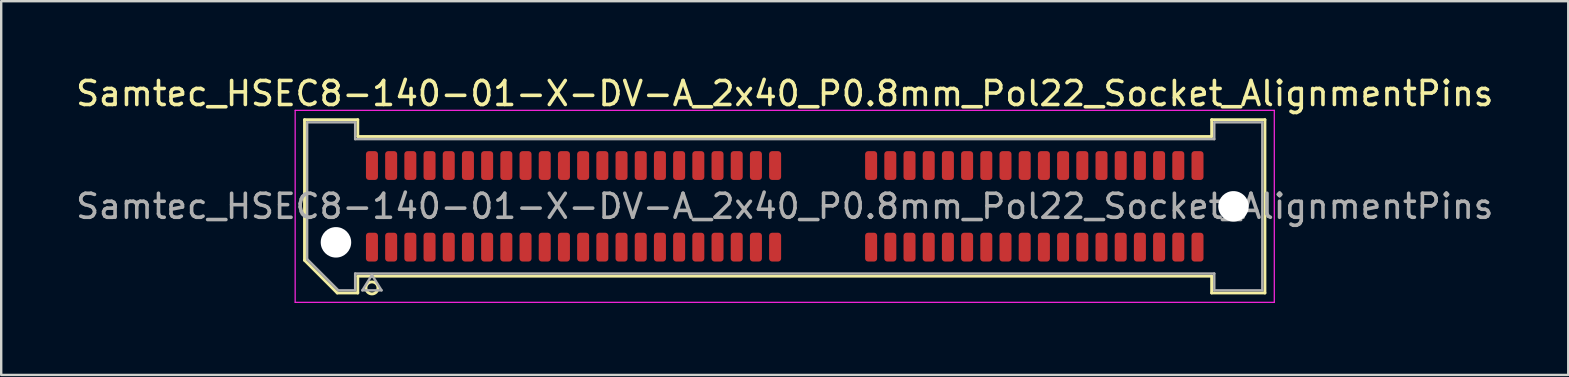
<source format=kicad_pcb>
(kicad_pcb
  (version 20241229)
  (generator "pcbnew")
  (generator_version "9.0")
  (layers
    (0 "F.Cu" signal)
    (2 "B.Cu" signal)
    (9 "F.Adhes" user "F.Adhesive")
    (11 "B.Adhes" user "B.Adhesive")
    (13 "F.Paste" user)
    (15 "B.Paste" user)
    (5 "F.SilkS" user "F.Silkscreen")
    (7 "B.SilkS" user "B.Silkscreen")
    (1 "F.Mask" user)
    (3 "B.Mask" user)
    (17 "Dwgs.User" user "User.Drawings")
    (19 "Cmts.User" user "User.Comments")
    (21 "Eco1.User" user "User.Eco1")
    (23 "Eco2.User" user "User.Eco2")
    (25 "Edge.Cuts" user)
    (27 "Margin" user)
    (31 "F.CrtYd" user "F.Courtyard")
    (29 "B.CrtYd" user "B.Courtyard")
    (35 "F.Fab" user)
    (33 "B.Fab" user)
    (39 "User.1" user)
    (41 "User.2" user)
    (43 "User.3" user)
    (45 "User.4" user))
  (footprint "Samtec_HSEC8-140-01-X-DV-A_2x40_P0.8mm_Pol22_Socket_AlignmentPins"
    (layer "F.Cu")
    (at 29.649 5.548)
    (property "Reference" "Samtec_HSEC8-140-01-X-DV-A_2x40_P0.8mm_Pol22_Socket_AlignmentPins" (at 0 -4.7 0) (layer "F.SilkS") (effects (font (size 1 1) (thickness 0.15))))
    (attr smd)
    (fp_line (start -20.01 -3.61) (end -17.79 -3.61) (stroke (width 0.12) (type solid)) (layer "F.SilkS"))
    (fp_line (start -20.01 2.246) (end -20.01 -3.61) (stroke (width 0.12) (type solid)) (layer "F.SilkS"))
    (fp_line (start -18.646 3.61) (end -20.01 2.246) (stroke (width 0.12) (type solid)) (layer "F.SilkS"))
    (fp_line (start -17.79 -3.61) (end -17.79 -2.91) (stroke (width 0.12) (type solid)) (layer "F.SilkS"))
    (fp_line (start -17.79 -2.91) (end 17.79 -2.91) (stroke (width 0.12) (type solid)) (layer "F.SilkS"))
    (fp_line (start -17.79 2.91) (end -17.79 3.61) (stroke (width 0.12) (type solid)) (layer "F.SilkS"))
    (fp_line (start -17.79 3.61) (end -18.646 3.61) (stroke (width 0.12) (type solid)) (layer "F.SilkS"))
    (fp_line (start 17.79 -3.61) (end 20.01 -3.61) (stroke (width 0.12) (type solid)) (layer "F.SilkS"))
    (fp_line (start 17.79 -2.91) (end 17.79 -3.61) (stroke (width 0.12) (type solid)) (layer "F.SilkS"))
    (fp_line (start 17.79 2.91) (end -17.79 2.91) (stroke (width 0.12) (type solid)) (layer "F.SilkS"))
    (fp_line (start 17.79 3.61) (end 17.79 2.91) (stroke (width 0.12) (type solid)) (layer "F.SilkS"))
    (fp_line (start 20.01 -3.61) (end 20.01 3.61) (stroke (width 0.12) (type solid)) (layer "F.SilkS"))
    (fp_line (start 20.01 3.61) (end 17.79 3.61) (stroke (width 0.12) (type solid)) (layer "F.SilkS"))
    (fp_circle (center -17.2 3.4) (end -16.95 3.4) (stroke (width 0.12) (type solid)) (fill no) (layer "F.SilkS"))
    (fp_line (start -20.4 -4) (end -20.4 4) (stroke (width 0.05) (type solid)) (layer "F.CrtYd"))
    (fp_line (start -20.4 4) (end 20.4 4) (stroke (width 0.05) (type solid)) (layer "F.CrtYd"))
    (fp_line (start 20.4 -4) (end -20.4 -4) (stroke (width 0.05) (type solid)) (layer "F.CrtYd"))
    (fp_line (start 20.4 4) (end 20.4 -4) (stroke (width 0.05) (type solid)) (layer "F.CrtYd"))
    (fp_line (start -19.9 -3.5) (end -17.9 -3.5) (stroke (width 0.1) (type solid)) (layer "F.Fab"))
    (fp_line (start -19.9 2.2) (end -19.9 -3.5) (stroke (width 0.1) (type solid)) (layer "F.Fab"))
    (fp_line (start -18.6 3.5) (end -19.9 2.2) (stroke (width 0.1) (type solid)) (layer "F.Fab"))
    (fp_line (start -17.9 -3.5) (end -17.9 -2.8) (stroke (width 0.1) (type solid)) (layer "F.Fab"))
    (fp_line (start -17.9 -2.8) (end 17.9 -2.8) (stroke (width 0.1) (type solid)) (layer "F.Fab"))
    (fp_line (start -17.9 2.8) (end -17.9 3.5) (stroke (width 0.1) (type solid)) (layer "F.Fab"))
    (fp_line (start -17.9 3.5) (end -18.6 3.5) (stroke (width 0.1) (type solid)) (layer "F.Fab"))
    (fp_line (start -17.6 3.5) (end -17.2 2.86) (stroke (width 0.1) (type solid)) (layer "F.Fab"))
    (fp_line (start -17.2 2.86) (end -16.8 3.5) (stroke (width 0.1) (type solid)) (layer "F.Fab"))
    (fp_line (start -16.8 3.5) (end -17.6 3.5) (stroke (width 0.1) (type solid)) (layer "F.Fab"))
    (fp_line (start 17.9 -3.5) (end 19.9 -3.5) (stroke (width 0.1) (type solid)) (layer "F.Fab"))
    (fp_line (start 17.9 -2.8) (end 17.9 -3.5) (stroke (width 0.1) (type solid)) (layer "F.Fab"))
    (fp_line (start 17.9 2.8) (end -17.9 2.8) (stroke (width 0.1) (type solid)) (layer "F.Fab"))
    (fp_line (start 17.9 3.5) (end 17.9 2.8) (stroke (width 0.1) (type solid)) (layer "F.Fab"))
    (fp_line (start 19.9 -3.5) (end 19.9 3.5) (stroke (width 0.1) (type solid)) (layer "F.Fab"))
    (fp_line (start 19.9 3.5) (end 17.9 3.5) (stroke (width 0.1) (type solid)) (layer "F.Fab"))
    (fp_text user "${REFERENCE}" (at 0 0 0) (layer "F.Fab") (effects (font (size 1 1) (thickness 0.15))))
    (pad "" np_thru_hole circle (at -18.7 1.5) (size 1.27 1.27) (drill 1.27) (layers "*.Cu" "*.Mask"))
    (pad "" np_thru_hole circle (at 18.7 0) (size 1.27 1.27) (drill 1.27) (layers "*.Cu" "*.Mask"))
    (pad "1" smd roundrect (at -17.2 1.7) (size 0.5 1.2) (layers "F.Cu" "F.Mask" "F.Paste") (roundrect_rratio 0.25))
    (pad "2" smd roundrect (at -17.2 -1.7) (size 0.5 1.2) (layers "F.Cu" "F.Mask" "F.Paste") (roundrect_rratio 0.25))
    (pad "3" smd roundrect (at -16.4 1.7) (size 0.5 1.2) (layers "F.Cu" "F.Mask" "F.Paste") (roundrect_rratio 0.25))
    (pad "4" smd roundrect (at -16.4 -1.7) (size 0.5 1.2) (layers "F.Cu" "F.Mask" "F.Paste") (roundrect_rratio 0.25))
    (pad "5" smd roundrect (at -15.6 1.7) (size 0.5 1.2) (layers "F.Cu" "F.Mask" "F.Paste") (roundrect_rratio 0.25))
    (pad "6" smd roundrect (at -15.6 -1.7) (size 0.5 1.2) (layers "F.Cu" "F.Mask" "F.Paste") (roundrect_rratio 0.25))
    (pad "7" smd roundrect (at -14.8 1.7) (size 0.5 1.2) (layers "F.Cu" "F.Mask" "F.Paste") (roundrect_rratio 0.25))
    (pad "8" smd roundrect (at -14.8 -1.7) (size 0.5 1.2) (layers "F.Cu" "F.Mask" "F.Paste") (roundrect_rratio 0.25))
    (pad "9" smd roundrect (at -14 1.7) (size 0.5 1.2) (layers "F.Cu" "F.Mask" "F.Paste") (roundrect_rratio 0.25))
    (pad "10" smd roundrect (at -14 -1.7) (size 0.5 1.2) (layers "F.Cu" "F.Mask" "F.Paste") (roundrect_rratio 0.25))
    (pad "11" smd roundrect (at -13.2 1.7) (size 0.5 1.2) (layers "F.Cu" "F.Mask" "F.Paste") (roundrect_rratio 0.25))
    (pad "12" smd roundrect (at -13.2 -1.7) (size 0.5 1.2) (layers "F.Cu" "F.Mask" "F.Paste") (roundrect_rratio 0.25))
    (pad "13" smd roundrect (at -12.4 1.7) (size 0.5 1.2) (layers "F.Cu" "F.Mask" "F.Paste") (roundrect_rratio 0.25))
    (pad "14" smd roundrect (at -12.4 -1.7) (size 0.5 1.2) (layers "F.Cu" "F.Mask" "F.Paste") (roundrect_rratio 0.25))
    (pad "15" smd roundrect (at -11.6 1.7) (size 0.5 1.2) (layers "F.Cu" "F.Mask" "F.Paste") (roundrect_rratio 0.25))
    (pad "16" smd roundrect (at -11.6 -1.7) (size 0.5 1.2) (layers "F.Cu" "F.Mask" "F.Paste") (roundrect_rratio 0.25))
    (pad "17" smd roundrect (at -10.8 1.7) (size 0.5 1.2) (layers "F.Cu" "F.Mask" "F.Paste") (roundrect_rratio 0.25))
    (pad "18" smd roundrect (at -10.8 -1.7) (size 0.5 1.2) (layers "F.Cu" "F.Mask" "F.Paste") (roundrect_rratio 0.25))
    (pad "19" smd roundrect (at -10 1.7) (size 0.5 1.2) (layers "F.Cu" "F.Mask" "F.Paste") (roundrect_rratio 0.25))
    (pad "20" smd roundrect (at -10 -1.7) (size 0.5 1.2) (layers "F.Cu" "F.Mask" "F.Paste") (roundrect_rratio 0.25))
    (pad "21" smd roundrect (at -9.2 1.7) (size 0.5 1.2) (layers "F.Cu" "F.Mask" "F.Paste") (roundrect_rratio 0.25))
    (pad "22" smd roundrect (at -9.2 -1.7) (size 0.5 1.2) (layers "F.Cu" "F.Mask" "F.Paste") (roundrect_rratio 0.25))
    (pad "23" smd roundrect (at -8.4 1.7) (size 0.5 1.2) (layers "F.Cu" "F.Mask" "F.Paste") (roundrect_rratio 0.25))
    (pad "24" smd roundrect (at -8.4 -1.7) (size 0.5 1.2) (layers "F.Cu" "F.Mask" "F.Paste") (roundrect_rratio 0.25))
    (pad "25" smd roundrect (at -7.6 1.7) (size 0.5 1.2) (layers "F.Cu" "F.Mask" "F.Paste") (roundrect_rratio 0.25))
    (pad "26" smd roundrect (at -7.6 -1.7) (size 0.5 1.2) (layers "F.Cu" "F.Mask" "F.Paste") (roundrect_rratio 0.25))
    (pad "27" smd roundrect (at -6.8 1.7) (size 0.5 1.2) (layers "F.Cu" "F.Mask" "F.Paste") (roundrect_rratio 0.25))
    (pad "28" smd roundrect (at -6.8 -1.7) (size 0.5 1.2) (layers "F.Cu" "F.Mask" "F.Paste") (roundrect_rratio 0.25))
    (pad "29" smd roundrect (at -6 1.7) (size 0.5 1.2) (layers "F.Cu" "F.Mask" "F.Paste") (roundrect_rratio 0.25))
    (pad "30" smd roundrect (at -6 -1.7) (size 0.5 1.2) (layers "F.Cu" "F.Mask" "F.Paste") (roundrect_rratio 0.25))
    (pad "31" smd roundrect (at -5.2 1.7) (size 0.5 1.2) (layers "F.Cu" "F.Mask" "F.Paste") (roundrect_rratio 0.25))
    (pad "32" smd roundrect (at -5.2 -1.7) (size 0.5 1.2) (layers "F.Cu" "F.Mask" "F.Paste") (roundrect_rratio 0.25))
    (pad "33" smd roundrect (at -4.4 1.7) (size 0.5 1.2) (layers "F.Cu" "F.Mask" "F.Paste") (roundrect_rratio 0.25))
    (pad "34" smd roundrect (at -4.4 -1.7) (size 0.5 1.2) (layers "F.Cu" "F.Mask" "F.Paste") (roundrect_rratio 0.25))
    (pad "35" smd roundrect (at -3.6 1.7) (size 0.5 1.2) (layers "F.Cu" "F.Mask" "F.Paste") (roundrect_rratio 0.25))
    (pad "36" smd roundrect (at -3.6 -1.7) (size 0.5 1.2) (layers "F.Cu" "F.Mask" "F.Paste") (roundrect_rratio 0.25))
    (pad "37" smd roundrect (at -2.8 1.7) (size 0.5 1.2) (layers "F.Cu" "F.Mask" "F.Paste") (roundrect_rratio 0.25))
    (pad "38" smd roundrect (at -2.8 -1.7) (size 0.5 1.2) (layers "F.Cu" "F.Mask" "F.Paste") (roundrect_rratio 0.25))
    (pad "39" smd roundrect (at -2 1.7) (size 0.5 1.2) (layers "F.Cu" "F.Mask" "F.Paste") (roundrect_rratio 0.25))
    (pad "40" smd roundrect (at -2 -1.7) (size 0.5 1.2) (layers "F.Cu" "F.Mask" "F.Paste") (roundrect_rratio 0.25))
    (pad "41" smd roundrect (at -1.2 1.7) (size 0.5 1.2) (layers "F.Cu" "F.Mask" "F.Paste") (roundrect_rratio 0.25))
    (pad "42" smd roundrect (at -1.2 -1.7) (size 0.5 1.2) (layers "F.Cu" "F.Mask" "F.Paste") (roundrect_rratio 0.25))
    (pad "43" smd roundrect (at -0.4 1.7) (size 0.5 1.2) (layers "F.Cu" "F.Mask" "F.Paste") (roundrect_rratio 0.25))
    (pad "44" smd roundrect (at -0.4 -1.7) (size 0.5 1.2) (layers "F.Cu" "F.Mask" "F.Paste") (roundrect_rratio 0.25))
    (pad "45" smd roundrect (at 3.6 1.7) (size 0.5 1.2) (layers "F.Cu" "F.Mask" "F.Paste") (roundrect_rratio 0.25))
    (pad "46" smd roundrect (at 3.6 -1.7) (size 0.5 1.2) (layers "F.Cu" "F.Mask" "F.Paste") (roundrect_rratio 0.25))
    (pad "47" smd roundrect (at 4.4 1.7) (size 0.5 1.2) (layers "F.Cu" "F.Mask" "F.Paste") (roundrect_rratio 0.25))
    (pad "48" smd roundrect (at 4.4 -1.7) (size 0.5 1.2) (layers "F.Cu" "F.Mask" "F.Paste") (roundrect_rratio 0.25))
    (pad "49" smd roundrect (at 5.2 1.7) (size 0.5 1.2) (layers "F.Cu" "F.Mask" "F.Paste") (roundrect_rratio 0.25))
    (pad "50" smd roundrect (at 5.2 -1.7) (size 0.5 1.2) (layers "F.Cu" "F.Mask" "F.Paste") (roundrect_rratio 0.25))
    (pad "51" smd roundrect (at 6 1.7) (size 0.5 1.2) (layers "F.Cu" "F.Mask" "F.Paste") (roundrect_rratio 0.25))
    (pad "52" smd roundrect (at 6 -1.7) (size 0.5 1.2) (layers "F.Cu" "F.Mask" "F.Paste") (roundrect_rratio 0.25))
    (pad "53" smd roundrect (at 6.8 1.7) (size 0.5 1.2) (layers "F.Cu" "F.Mask" "F.Paste") (roundrect_rratio 0.25))
    (pad "54" smd roundrect (at 6.8 -1.7) (size 0.5 1.2) (layers "F.Cu" "F.Mask" "F.Paste") (roundrect_rratio 0.25))
    (pad "55" smd roundrect (at 7.6 1.7) (size 0.5 1.2) (layers "F.Cu" "F.Mask" "F.Paste") (roundrect_rratio 0.25))
    (pad "56" smd roundrect (at 7.6 -1.7) (size 0.5 1.2) (layers "F.Cu" "F.Mask" "F.Paste") (roundrect_rratio 0.25))
    (pad "57" smd roundrect (at 8.4 1.7) (size 0.5 1.2) (layers "F.Cu" "F.Mask" "F.Paste") (roundrect_rratio 0.25))
    (pad "58" smd roundrect (at 8.4 -1.7) (size 0.5 1.2) (layers "F.Cu" "F.Mask" "F.Paste") (roundrect_rratio 0.25))
    (pad "59" smd roundrect (at 9.2 1.7) (size 0.5 1.2) (layers "F.Cu" "F.Mask" "F.Paste") (roundrect_rratio 0.25))
    (pad "60" smd roundrect (at 9.2 -1.7) (size 0.5 1.2) (layers "F.Cu" "F.Mask" "F.Paste") (roundrect_rratio 0.25))
    (pad "61" smd roundrect (at 10 1.7) (size 0.5 1.2) (layers "F.Cu" "F.Mask" "F.Paste") (roundrect_rratio 0.25))
    (pad "62" smd roundrect (at 10 -1.7) (size 0.5 1.2) (layers "F.Cu" "F.Mask" "F.Paste") (roundrect_rratio 0.25))
    (pad "63" smd roundrect (at 10.8 1.7) (size 0.5 1.2) (layers "F.Cu" "F.Mask" "F.Paste") (roundrect_rratio 0.25))
    (pad "64" smd roundrect (at 10.8 -1.7) (size 0.5 1.2) (layers "F.Cu" "F.Mask" "F.Paste") (roundrect_rratio 0.25))
    (pad "65" smd roundrect (at 11.6 1.7) (size 0.5 1.2) (layers "F.Cu" "F.Mask" "F.Paste") (roundrect_rratio 0.25))
    (pad "66" smd roundrect (at 11.6 -1.7) (size 0.5 1.2) (layers "F.Cu" "F.Mask" "F.Paste") (roundrect_rratio 0.25))
    (pad "67" smd roundrect (at 12.4 1.7) (size 0.5 1.2) (layers "F.Cu" "F.Mask" "F.Paste") (roundrect_rratio 0.25))
    (pad "68" smd roundrect (at 12.4 -1.7) (size 0.5 1.2) (layers "F.Cu" "F.Mask" "F.Paste") (roundrect_rratio 0.25))
    (pad "69" smd roundrect (at 13.2 1.7) (size 0.5 1.2) (layers "F.Cu" "F.Mask" "F.Paste") (roundrect_rratio 0.25))
    (pad "70" smd roundrect (at 13.2 -1.7) (size 0.5 1.2) (layers "F.Cu" "F.Mask" "F.Paste") (roundrect_rratio 0.25))
    (pad "71" smd roundrect (at 14 1.7) (size 0.5 1.2) (layers "F.Cu" "F.Mask" "F.Paste") (roundrect_rratio 0.25))
    (pad "72" smd roundrect (at 14 -1.7) (size 0.5 1.2) (layers "F.Cu" "F.Mask" "F.Paste") (roundrect_rratio 0.25))
    (pad "73" smd roundrect (at 14.8 1.7) (size 0.5 1.2) (layers "F.Cu" "F.Mask" "F.Paste") (roundrect_rratio 0.25))
    (pad "74" smd roundrect (at 14.8 -1.7) (size 0.5 1.2) (layers "F.Cu" "F.Mask" "F.Paste") (roundrect_rratio 0.25))
    (pad "75" smd roundrect (at 15.6 1.7) (size 0.5 1.2) (layers "F.Cu" "F.Mask" "F.Paste") (roundrect_rratio 0.25))
    (pad "76" smd roundrect (at 15.6 -1.7) (size 0.5 1.2) (layers "F.Cu" "F.Mask" "F.Paste") (roundrect_rratio 0.25))
    (pad "77" smd roundrect (at 16.4 1.7) (size 0.5 1.2) (layers "F.Cu" "F.Mask" "F.Paste") (roundrect_rratio 0.25))
    (pad "78" smd roundrect (at 16.4 -1.7) (size 0.5 1.2) (layers "F.Cu" "F.Mask" "F.Paste") (roundrect_rratio 0.25))
    (pad "79" smd roundrect (at 17.2 1.7) (size 0.5 1.2) (layers "F.Cu" "F.Mask" "F.Paste") (roundrect_rratio 0.25))
    (pad "80" smd roundrect (at 17.2 -1.7) (size 0.5 1.2) (layers "F.Cu" "F.Mask" "F.Paste") (roundrect_rratio 0.25)))
  (gr_rect
    (start -3 -3)
    (end 62.298 12.573)
    (stroke (width 0.1) (type default))
    (fill no)
    (layer "Edge.Cuts")))
</source>
